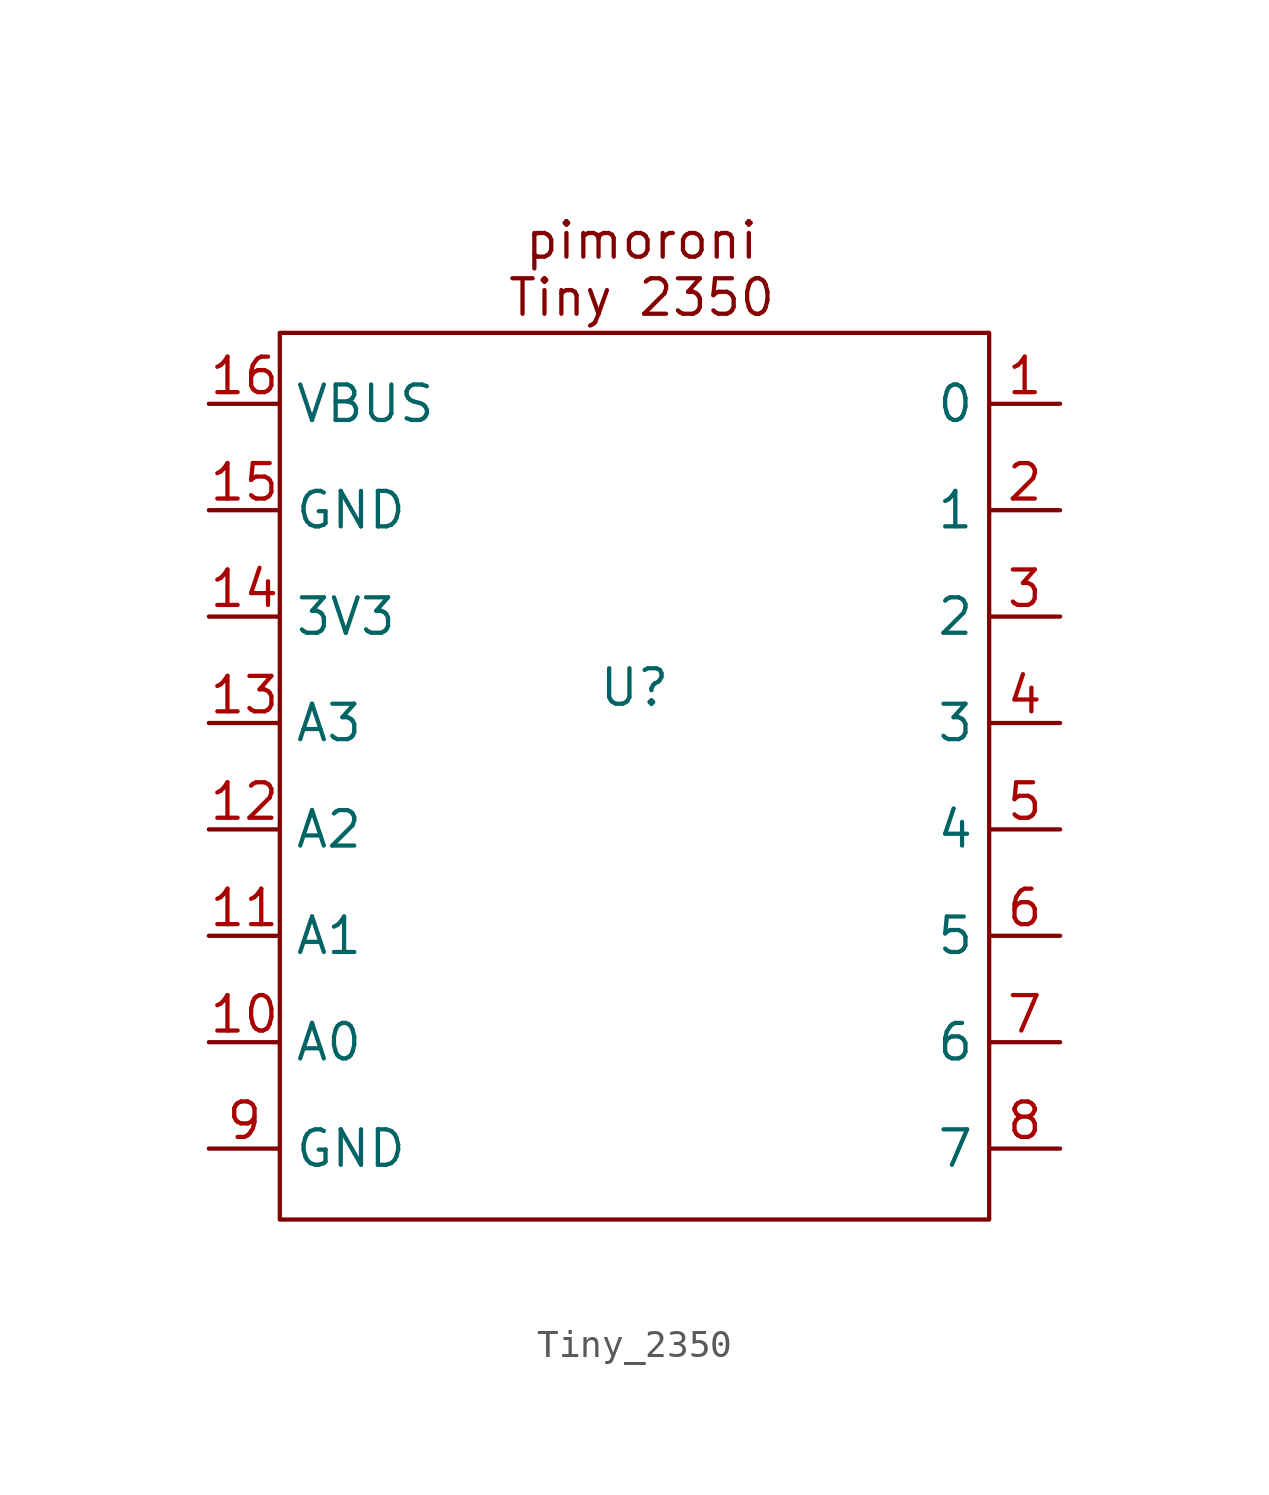
<source format=kicad_sym>
(kicad_symbol_lib
  (version 20231120)
  (generator "kicad_symbol_editor")
  (generator_version "8.0")
  (symbol "Tiny_2350"
    (property "Reference" "U"
      (at 0 0 0)
      (effects (font (size 1.27 1.27))))
    (property "Value" ""
      (at 0 0 0)
      (effects (font (size 1.27 1.27))))
    (symbol "Tiny_2350_1_1"
      (rectangle (start -12.7 12.7) (end 12.7 -19.05) (stroke (width 0) (type default)) (fill (type none)))
      (text "pimoroni\nTiny 2350" (at 0.254 14.986 0) (effects (font (size 1.27 1.27))))
      (pin bidirectional line (at 15.24 10.16 180) (length 2.54) (name "0" (effects (font (size 1.27 1.27)))) (number "1" (effects (font (size 1.27 1.27)))))
      (pin bidirectional line (at -15.24 -12.7 0) (length 2.54) (name "A0" (effects (font (size 1.27 1.27)))) (number "10" (effects (font (size 1.27 1.27)))))
      (pin bidirectional line (at -15.24 -8.89 0) (length 2.54) (name "A1" (effects (font (size 1.27 1.27)))) (number "11" (effects (font (size 1.27 1.27)))))
      (pin bidirectional line (at -15.24 -5.08 0) (length 2.54) (name "A2" (effects (font (size 1.27 1.27)))) (number "12" (effects (font (size 1.27 1.27)))))
      (pin bidirectional line (at -15.24 -1.27 0) (length 2.54) (name "A3" (effects (font (size 1.27 1.27)))) (number "13" (effects (font (size 1.27 1.27)))))
      (pin bidirectional line (at -15.24 2.54 0) (length 2.54) (name "3V3" (effects (font (size 1.27 1.27)))) (number "14" (effects (font (size 1.27 1.27)))))
      (pin bidirectional line (at -15.24 6.35 0) (length 2.54) (name "GND" (effects (font (size 1.27 1.27)))) (number "15" (effects (font (size 1.27 1.27)))))
      (pin output line (at -15.24 10.16 0) (length 2.54) (name "VBUS" (effects (font (size 1.27 1.27)))) (number "16" (effects (font (size 1.27 1.27)))))
      (pin bidirectional line (at 15.24 6.35 180) (length 2.54) (name "1" (effects (font (size 1.27 1.27)))) (number "2" (effects (font (size 1.27 1.27)))))
      (pin bidirectional line (at 15.24 2.54 180) (length 2.54) (name "2" (effects (font (size 1.27 1.27)))) (number "3" (effects (font (size 1.27 1.27)))))
      (pin bidirectional line (at 15.24 -1.27 180) (length 2.54) (name "3" (effects (font (size 1.27 1.27)))) (number "4" (effects (font (size 1.27 1.27)))))
      (pin bidirectional line (at 15.24 -5.08 180) (length 2.54) (name "4" (effects (font (size 1.27 1.27)))) (number "5" (effects (font (size 1.27 1.27)))))
      (pin bidirectional line (at 15.24 -8.89 180) (length 2.54) (name "5" (effects (font (size 1.27 1.27)))) (number "6" (effects (font (size 1.27 1.27)))))
      (pin bidirectional line (at 15.24 -12.7 180) (length 2.54) (name "6" (effects (font (size 1.27 1.27)))) (number "7" (effects (font (size 1.27 1.27)))))
      (pin bidirectional line (at 15.24 -16.51 180) (length 2.54) (name "7" (effects (font (size 1.27 1.27)))) (number "8" (effects (font (size 1.27 1.27)))))
      (pin bidirectional line (at -15.24 -16.51 0) (length 2.54) (name "GND" (effects (font (size 1.27 1.27)))) (number "9" (effects (font (size 1.27 1.27))))))))
</source>
